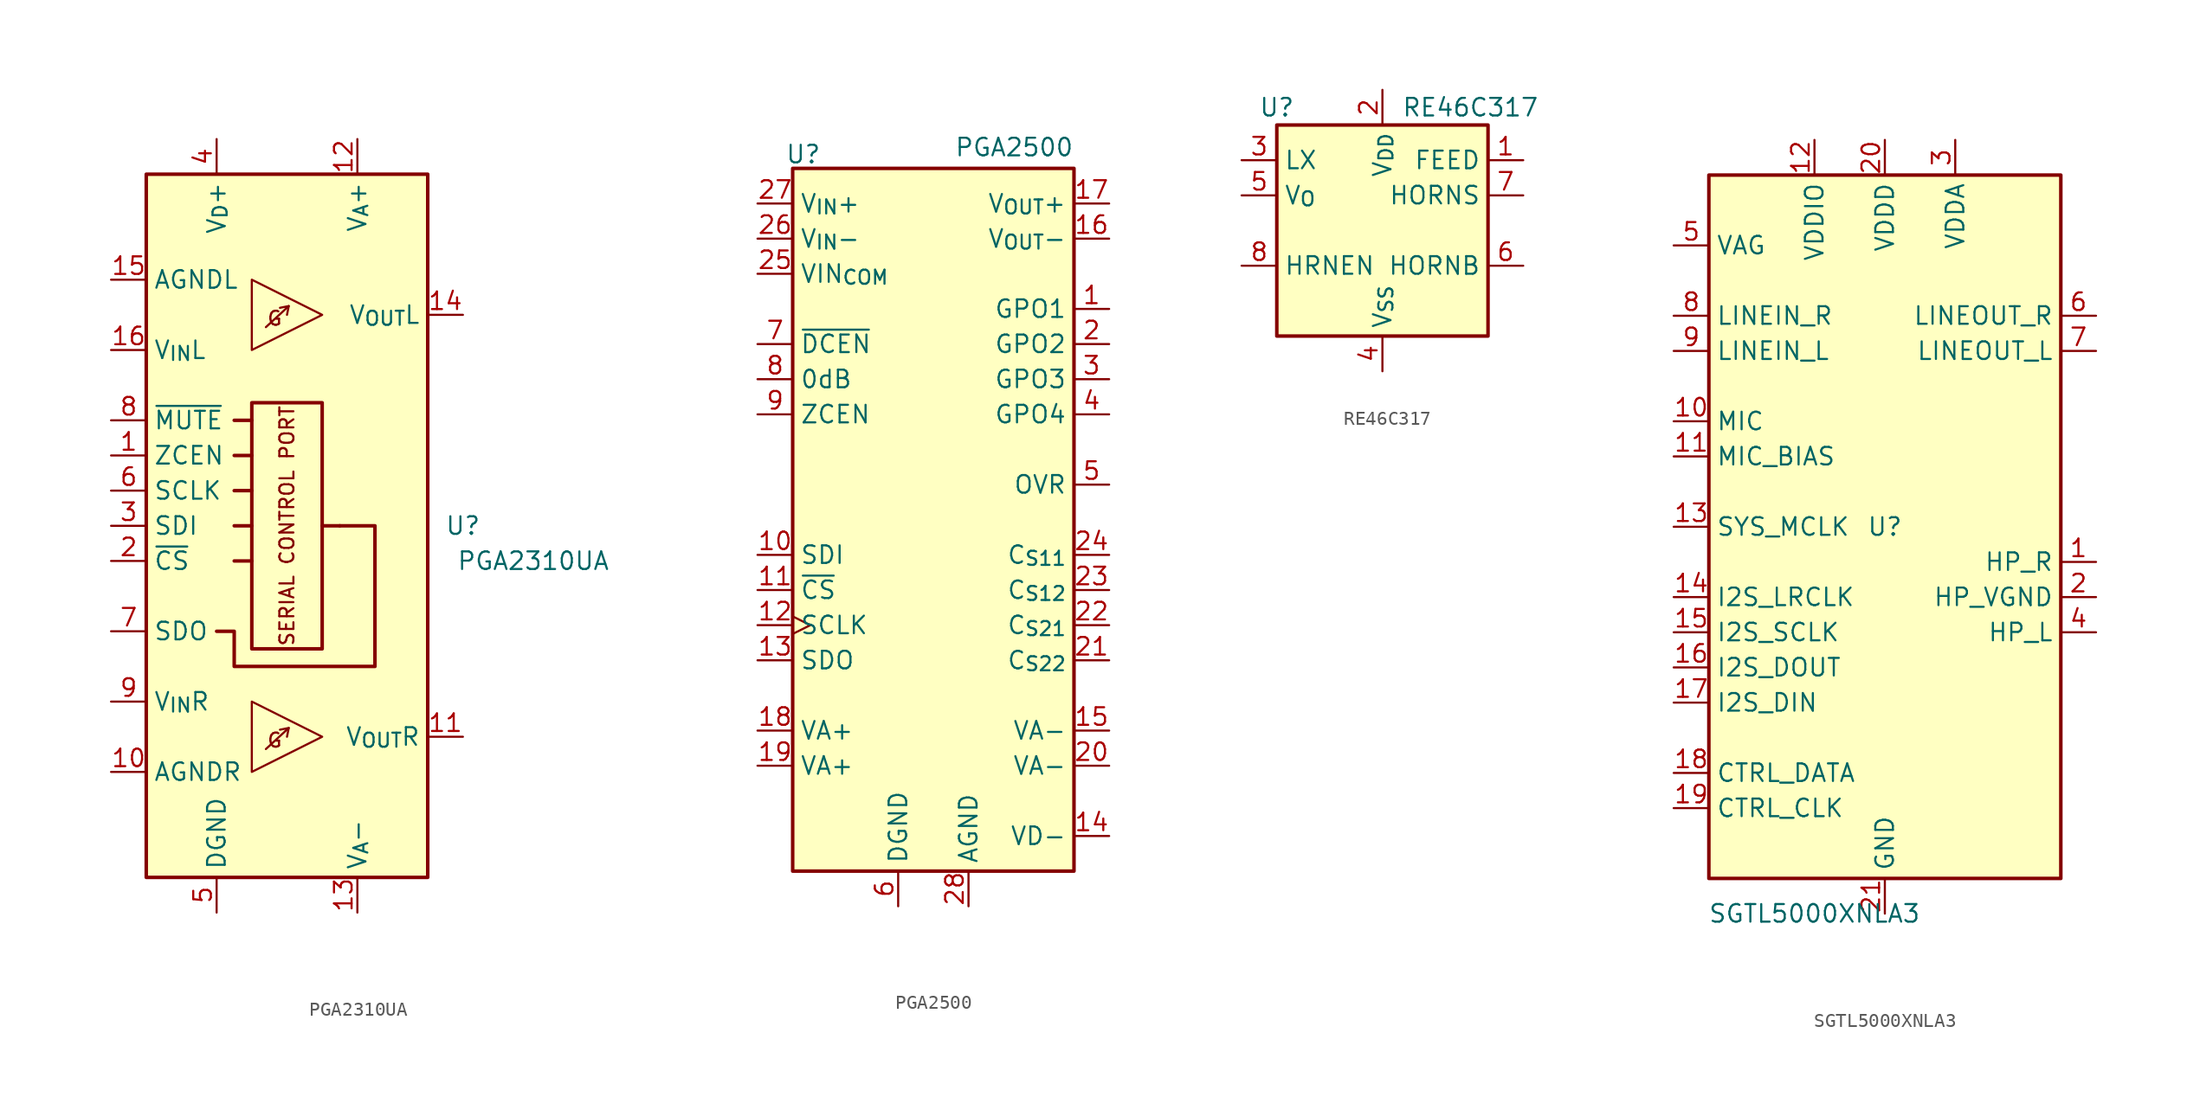
<source format=kicad_sym>
(kicad_symbol_lib
  (version 20241209)
  (generator "kicad_symbol_editor")
  (generator_version "9.0")
  (symbol "PGA2310UA"
    (property "Reference" "U"
      (at 12.7 0 0)
      (effects (font (size 1.27 1.27))))
    (property "Value" "PGA2310UA"
      (at 17.78 -2.54 0)
      (effects (font (size 1.27 1.27))))
    (symbol "PGA2310UA_0_0"
      (polyline (pts (xy -3.81 7.62) (xy -2.54 7.62)) (stroke (width 0.254) (type default)) (fill (type none)))
      (polyline (pts (xy -3.81 5.08) (xy -2.54 5.08)) (stroke (width 0.254) (type default)) (fill (type none)))
      (polyline (pts (xy -3.81 2.54) (xy -2.54 2.54)) (stroke (width 0.254) (type default)) (fill (type none)))
      (polyline (pts (xy -3.81 0) (xy -2.54 0)) (stroke (width 0.254) (type default)) (fill (type none)))
      (rectangle (start -2.54 8.89) (end 2.54 -8.89) (stroke (width 0.254) (type default)) (fill (type none)))
      (polyline (pts (xy -2.54 -2.54) (xy -3.81 -2.54)) (stroke (width 0.254) (type default)) (fill (type none)))
      (polyline (pts (xy -1.524 14.351) (xy 0.127 15.875) (xy -0.508 15.748)) (stroke (width 0) (type default)) (fill (type none)))
      (polyline (pts (xy -1.524 -16.129) (xy 0.127 -14.605) (xy -0.508 -14.732)) (stroke (width 0) (type default)) (fill (type none)))
      (polyline (pts (xy 0.127 15.875) (xy 0 15.24)) (stroke (width 0) (type default)) (fill (type none)))
      (polyline (pts (xy 0.127 -14.605) (xy 0 -15.24)) (stroke (width 0) (type default)) (fill (type none)))
      (polyline (pts (xy 2.54 0) (xy 3.81 0)) (stroke (width 0.254) (type default)) (fill (type none)))
      (text "G" (at -0.889 14.986 0) (effects (font (size 1.016 1.016))))
      (text "G" (at -0.889 -15.494 0) (effects (font (size 1.016 1.016))))
      (text "SERIAL CONTROL PORT" (at 0 0 900) (effects (font (size 1.016 1.016))))
      (pin input line (at -12.7 7.62 0) (length 2.54) (name "~{MUTE}" (effects (font (size 1.27 1.27)))) (number "8" (effects (font (size 1.27 1.27))))))
    (symbol "PGA2310UA_0_1"
      (rectangle (start -10.16 25.4) (end 10.16 -25.4) (stroke (width 0.254) (type default)) (fill (type background)))
      (polyline (pts (xy -2.54 17.78) (xy 2.54 15.24) (xy -2.54 12.7) (xy -2.54 17.78)) (stroke (width 0) (type default)) (fill (type none)))
      (polyline (pts (xy -2.54 -12.7) (xy 2.54 -15.24) (xy -2.54 -17.78) (xy -2.54 -12.7)) (stroke (width 0) (type default)) (fill (type none)))
      (polyline (pts (xy 3.81 0) (xy 6.35 0) (xy 6.35 -10.16) (xy -3.81 -10.16) (xy -3.81 -7.62) (xy -5.08 -7.62)) (stroke (width 0.254) (type default)) (fill (type none))))
    (symbol "PGA2310UA_1_1"
      (pin power_in line (at -12.7 17.78 0) (length 2.54) (name "AGNDL" (effects (font (size 1.27 1.27)))) (number "15" (effects (font (size 1.27 1.27)))))
      (pin input line (at -12.7 12.7 0) (length 2.54) (name "V_{IN}L" (effects (font (size 1.27 1.27)))) (number "16" (effects (font (size 1.27 1.27)))))
      (pin input line (at -12.7 5.08 0) (length 2.54) (name "ZCEN" (effects (font (size 1.27 1.27)))) (number "1" (effects (font (size 1.27 1.27)))))
      (pin input line (at -12.7 2.54 0) (length 2.54) (name "SCLK" (effects (font (size 1.27 1.27)))) (number "6" (effects (font (size 1.27 1.27)))))
      (pin input line (at -12.7 0 0) (length 2.54) (name "SDI" (effects (font (size 1.27 1.27)))) (number "3" (effects (font (size 1.27 1.27)))))
      (pin input line (at -12.7 -2.54 0) (length 2.54) (name "~{CS}" (effects (font (size 1.27 1.27)))) (number "2" (effects (font (size 1.27 1.27)))))
      (pin output line (at -12.7 -7.62 0) (length 2.54) (name "SDO" (effects (font (size 1.27 1.27)))) (number "7" (effects (font (size 1.27 1.27)))))
      (pin input line (at -12.7 -12.7 0) (length 2.54) (name "V_{IN}R" (effects (font (size 1.27 1.27)))) (number "9" (effects (font (size 1.27 1.27)))))
      (pin power_in line (at -12.7 -17.78 0) (length 2.54) (name "AGNDR" (effects (font (size 1.27 1.27)))) (number "10" (effects (font (size 1.27 1.27)))))
      (pin power_in line (at -5.08 27.94 270) (length 2.54) (name "V_{D}+" (effects (font (size 1.27 1.27)))) (number "4" (effects (font (size 1.27 1.27)))))
      (pin power_in line (at -5.08 -27.94 90) (length 2.54) (name "DGND" (effects (font (size 1.27 1.27)))) (number "5" (effects (font (size 1.27 1.27)))))
      (pin power_in line (at 5.08 27.94 270) (length 2.54) (name "V_{A}+" (effects (font (size 1.27 1.27)))) (number "12" (effects (font (size 1.27 1.27)))))
      (pin power_in line (at 5.08 -27.94 90) (length 2.54) (name "V_{A}-" (effects (font (size 1.27 1.27)))) (number "13" (effects (font (size 1.27 1.27)))))
      (pin output line (at 12.7 15.24 180) (length 2.54) (name "V_{OUT}L" (effects (font (size 1.27 1.27)))) (number "14" (effects (font (size 1.27 1.27)))))
      (pin output line (at 12.7 -15.24 180) (length 2.54) (name "V_{OUT}R" (effects (font (size 1.27 1.27)))) (number "11" (effects (font (size 1.27 1.27)))))))
  (symbol "PGA2500"
    (property "Reference" "U"
      (at -9.398 26.416 0)
      (effects (font (size 1.27 1.27))))
    (property "Value" "PGA2500"
      (at 5.842 26.924 0)
      (effects (font (size 1.27 1.27))))
    (symbol "PGA2500_0_1"
      (rectangle (start -10.16 25.4) (end 10.16 -25.4) (stroke (width 0.254) (type default)) (fill (type background))))
    (symbol "PGA2500_1_1"
      (pin input line (at -12.7 22.86 0) (length 2.54) (name "V_{IN}+" (effects (font (size 1.27 1.27)))) (number "27" (effects (font (size 1.27 1.27)))))
      (pin input line (at -12.7 20.32 0) (length 2.54) (name "V_{IN}-" (effects (font (size 1.27 1.27)))) (number "26" (effects (font (size 1.27 1.27)))))
      (pin power_in line (at -12.7 17.78 0) (length 2.54) (name "VIN_{COM}" (effects (font (size 1.27 1.27)))) (number "25" (effects (font (size 1.27 1.27)))))
      (pin input line (at -12.7 12.7 0) (length 2.54) (name "~{DCEN}" (effects (font (size 1.27 1.27)))) (number "7" (effects (font (size 1.27 1.27)))))
      (pin input line (at -12.7 10.16 0) (length 2.54) (name "0dB" (effects (font (size 1.27 1.27)))) (number "8" (effects (font (size 1.27 1.27)))))
      (pin input line (at -12.7 7.62 0) (length 2.54) (name "ZCEN" (effects (font (size 1.27 1.27)))) (number "9" (effects (font (size 1.27 1.27)))))
      (pin input line (at -12.7 -2.54 0) (length 2.54) (name "SDI" (effects (font (size 1.27 1.27)))) (number "10" (effects (font (size 1.27 1.27)))))
      (pin input line (at -12.7 -5.08 0) (length 2.54) (name "~{CS}" (effects (font (size 1.27 1.27)))) (number "11" (effects (font (size 1.27 1.27)))))
      (pin input clock (at -12.7 -7.62 0) (length 2.54) (name "SCLK" (effects (font (size 1.27 1.27)))) (number "12" (effects (font (size 1.27 1.27)))))
      (pin output line (at -12.7 -10.16 0) (length 2.54) (name "SDO" (effects (font (size 1.27 1.27)))) (number "13" (effects (font (size 1.27 1.27)))))
      (pin power_in line (at -12.7 -15.24 0) (length 2.54) (name "VA+" (effects (font (size 1.27 1.27)))) (number "18" (effects (font (size 1.27 1.27)))))
      (pin power_in line (at -12.7 -17.78 0) (length 2.54) (name "VA+" (effects (font (size 1.27 1.27)))) (number "19" (effects (font (size 1.27 1.27)))))
      (pin power_in line (at -2.54 -27.94 90) (length 2.54) (name "DGND" (effects (font (size 1.27 1.27)))) (number "6" (effects (font (size 1.27 1.27)))))
      (pin power_in line (at 2.54 -27.94 90) (length 2.54) (name "AGND" (effects (font (size 1.27 1.27)))) (number "28" (effects (font (size 1.27 1.27)))))
      (pin output line (at 12.7 22.86 180) (length 2.54) (name "V_{OUT}+" (effects (font (size 1.27 1.27)))) (number "17" (effects (font (size 1.27 1.27)))))
      (pin output line (at 12.7 20.32 180) (length 2.54) (name "V_{OUT}-" (effects (font (size 1.27 1.27)))) (number "16" (effects (font (size 1.27 1.27)))))
      (pin output line (at 12.7 15.24 180) (length 2.54) (name "GPO1" (effects (font (size 1.27 1.27)))) (number "1" (effects (font (size 1.27 1.27)))))
      (pin output line (at 12.7 12.7 180) (length 2.54) (name "GPO2" (effects (font (size 1.27 1.27)))) (number "2" (effects (font (size 1.27 1.27)))))
      (pin output line (at 12.7 10.16 180) (length 2.54) (name "GPO3" (effects (font (size 1.27 1.27)))) (number "3" (effects (font (size 1.27 1.27)))))
      (pin output line (at 12.7 7.62 180) (length 2.54) (name "GPO4" (effects (font (size 1.27 1.27)))) (number "4" (effects (font (size 1.27 1.27)))))
      (pin output line (at 12.7 2.54 180) (length 2.54) (name "OVR" (effects (font (size 1.27 1.27)))) (number "5" (effects (font (size 1.27 1.27)))))
      (pin output line (at 12.7 -2.54 180) (length 2.54) (name "C_{S11}" (effects (font (size 1.27 1.27)))) (number "24" (effects (font (size 1.27 1.27)))))
      (pin output line (at 12.7 -5.08 180) (length 2.54) (name "C_{S12}" (effects (font (size 1.27 1.27)))) (number "23" (effects (font (size 1.27 1.27)))))
      (pin output line (at 12.7 -7.62 180) (length 2.54) (name "C_{S21}" (effects (font (size 1.27 1.27)))) (number "22" (effects (font (size 1.27 1.27)))))
      (pin output line (at 12.7 -10.16 180) (length 2.54) (name "C_{S22}" (effects (font (size 1.27 1.27)))) (number "21" (effects (font (size 1.27 1.27)))))
      (pin power_in line (at 12.7 -15.24 180) (length 2.54) (name "VA-" (effects (font (size 1.27 1.27)))) (number "15" (effects (font (size 1.27 1.27)))))
      (pin power_in line (at 12.7 -17.78 180) (length 2.54) (name "VA-" (effects (font (size 1.27 1.27)))) (number "20" (effects (font (size 1.27 1.27)))))
      (pin power_in line (at 12.7 -22.86 180) (length 2.54) (name "VD-" (effects (font (size 1.27 1.27)))) (number "14" (effects (font (size 1.27 1.27)))))))
  (symbol "RE46C317"
    (property "Reference" "U"
      (at -7.62 8.89 0)
      (effects (font (size 1.27 1.27))))
    (property "Value" "RE46C317"
      (at 6.35 8.89 0)
      (effects (font (size 1.27 1.27))))
    (symbol "RE46C317_0_0"
      (rectangle (start -7.62 7.62) (end 7.62 -7.62) (stroke (width 0.254) (type default)) (fill (type background))))
    (symbol "RE46C317_1_1"
      (pin input line (at -10.16 5.08 0) (length 2.54) (name "LX" (effects (font (size 1.27 1.27)))) (number "3" (effects (font (size 1.27 1.27)))))
      (pin input line (at -10.16 2.54 0) (length 2.54) (name "V_{O}" (effects (font (size 1.27 1.27)))) (number "5" (effects (font (size 1.27 1.27)))))
      (pin input line (at -10.16 -2.54 0) (length 2.54) (name "HRNEN" (effects (font (size 1.27 1.27)))) (number "8" (effects (font (size 1.27 1.27)))))
      (pin power_in line (at 0 10.16 270) (length 2.54) (name "V_{DD}" (effects (font (size 1.27 1.27)))) (number "2" (effects (font (size 1.27 1.27)))))
      (pin power_in line (at 0 -10.16 90) (length 2.54) (name "V_{SS}" (effects (font (size 1.27 1.27)))) (number "4" (effects (font (size 1.27 1.27)))))
      (pin input line (at 10.16 5.08 180) (length 2.54) (name "FEED" (effects (font (size 1.27 1.27)))) (number "1" (effects (font (size 1.27 1.27)))))
      (pin output line (at 10.16 2.54 180) (length 2.54) (name "HORNS" (effects (font (size 1.27 1.27)))) (number "7" (effects (font (size 1.27 1.27)))))
      (pin output line (at 10.16 -2.54 180) (length 2.54) (name "HORNB" (effects (font (size 1.27 1.27)))) (number "6" (effects (font (size 1.27 1.27)))))))
  (symbol "SGTL5000XNLA3"
    (property "Reference" "U"
      (at 0 0 0)
      (effects (font (size 1.27 1.27))))
    (property "Value" "SGTL5000XNLA3"
      (at -5.08 -27.94 0)
      (effects (font (size 1.27 1.27))))
    (symbol "SGTL5000XNLA3_0_1"
      (rectangle (start -12.7 25.4) (end 12.7 -25.4) (stroke (width 0.254) (type default)) (fill (type background))))
    (symbol "SGTL5000XNLA3_1_1"
      (pin passive line (at -15.24 20.32 0) (length 2.54) (name "VAG" (effects (font (size 1.27 1.27)))) (number "5" (effects (font (size 1.27 1.27)))))
      (pin input line (at -15.24 15.24 0) (length 2.54) (name "LINEIN_R" (effects (font (size 1.27 1.27)))) (number "8" (effects (font (size 1.27 1.27)))))
      (pin input line (at -15.24 12.7 0) (length 2.54) (name "LINEIN_L" (effects (font (size 1.27 1.27)))) (number "9" (effects (font (size 1.27 1.27)))))
      (pin input line (at -15.24 7.62 0) (length 2.54) (name "MIC" (effects (font (size 1.27 1.27)))) (number "10" (effects (font (size 1.27 1.27)))))
      (pin input line (at -15.24 5.08 0) (length 2.54) (name "MIC_BIAS" (effects (font (size 1.27 1.27)))) (number "11" (effects (font (size 1.27 1.27)))))
      (pin input line (at -15.24 0 0) (length 2.54) (name "SYS_MCLK" (effects (font (size 1.27 1.27)))) (number "13" (effects (font (size 1.27 1.27)))))
      (pin input line (at -15.24 -5.08 0) (length 2.54) (name "I2S_LRCLK" (effects (font (size 1.27 1.27)))) (number "14" (effects (font (size 1.27 1.27)))))
      (pin input line (at -15.24 -7.62 0) (length 2.54) (name "I2S_SCLK" (effects (font (size 1.27 1.27)))) (number "15" (effects (font (size 1.27 1.27)))))
      (pin output line (at -15.24 -10.16 0) (length 2.54) (name "I2S_DOUT" (effects (font (size 1.27 1.27)))) (number "16" (effects (font (size 1.27 1.27)))))
      (pin input line (at -15.24 -12.7 0) (length 2.54) (name "I2S_DIN" (effects (font (size 1.27 1.27)))) (number "17" (effects (font (size 1.27 1.27)))))
      (pin input line (at -15.24 -17.78 0) (length 2.54) (name "CTRL_DATA" (effects (font (size 1.27 1.27)))) (number "18" (effects (font (size 1.27 1.27)))))
      (pin input line (at -15.24 -20.32 0) (length 2.54) (name "CTRL_CLK" (effects (font (size 1.27 1.27)))) (number "19" (effects (font (size 1.27 1.27)))))
      (pin power_in line (at -5.08 27.94 270) (length 2.54) (name "VDDIO" (effects (font (size 1.27 1.27)))) (number "12" (effects (font (size 1.27 1.27)))))
      (pin power_in line (at 0 27.94 270) (length 2.54) (name "VDDD" (effects (font (size 1.27 1.27)))) (number "20" (effects (font (size 1.27 1.27)))))
      (pin power_in line (at 0 -27.94 90) (length 2.54) (name "GND" (effects (font (size 1.27 1.27)))) (number "21" (effects (font (size 1.27 1.27)))))
      (pin power_in line (at 5.08 27.94 270) (length 2.54) (name "VDDA" (effects (font (size 1.27 1.27)))) (number "3" (effects (font (size 1.27 1.27)))))
      (pin output line (at 15.24 15.24 180) (length 2.54) (name "LINEOUT_R" (effects (font (size 1.27 1.27)))) (number "6" (effects (font (size 1.27 1.27)))))
      (pin output line (at 15.24 12.7 180) (length 2.54) (name "LINEOUT_L" (effects (font (size 1.27 1.27)))) (number "7" (effects (font (size 1.27 1.27)))))
      (pin output line (at 15.24 -2.54 180) (length 2.54) (name "HP_R" (effects (font (size 1.27 1.27)))) (number "1" (effects (font (size 1.27 1.27)))))
      (pin power_out line (at 15.24 -5.08 180) (length 2.54) (name "HP_VGND" (effects (font (size 1.27 1.27)))) (number "2" (effects (font (size 1.27 1.27)))))
      (pin output line (at 15.24 -7.62 180) (length 2.54) (name "HP_L" (effects (font (size 1.27 1.27)))) (number "4" (effects (font (size 1.27 1.27))))))))
</source>
